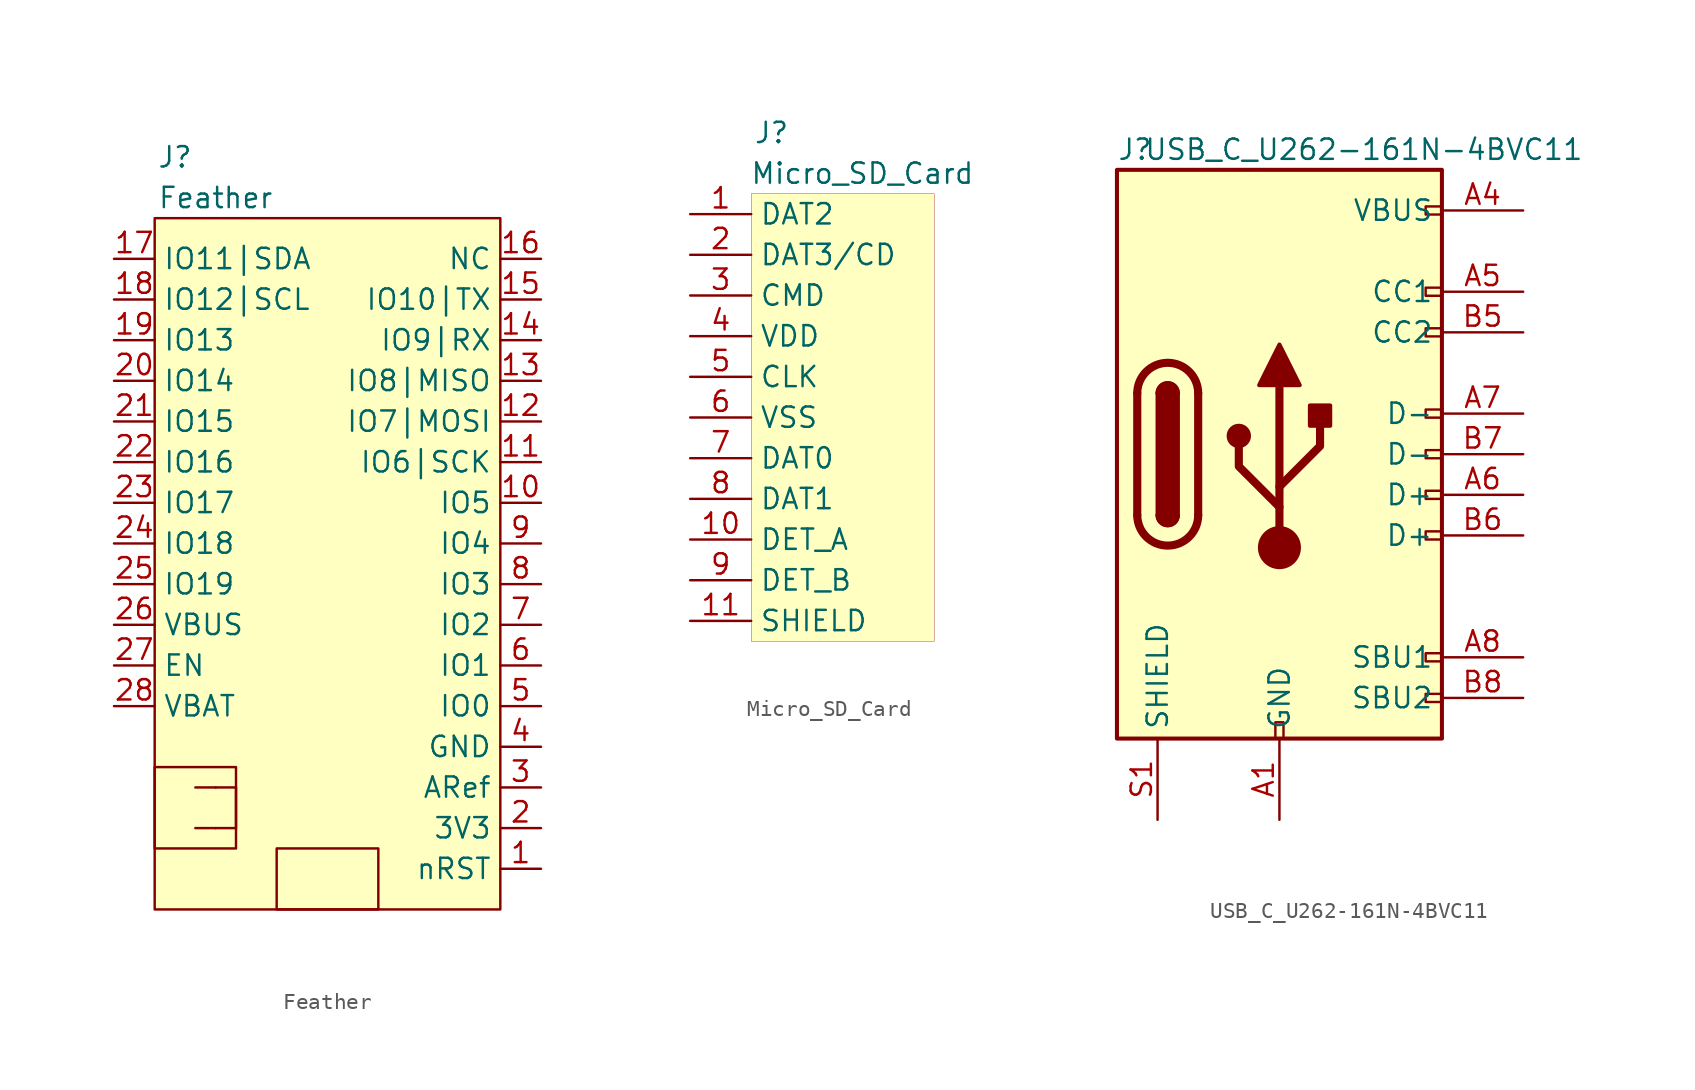
<source format=kicad_sym>
(kicad_symbol_lib
  (version 20200126)
  (host kicad_symbol_editor "5.99.0-unknown-3ddee6503~102~ubuntu20.04.1")
  (symbol "josh-connector:Feather"
    (property "Reference" "J"
      (at -8.89 24.13 0)
      (effects (font (size 1.27 1.27))))
    (property "Value" "Feather"
      (at -6.35 21.59 0)
      (effects (font (size 1.27 1.27))))
    (symbol "Feather_0_1"
      (rectangle (start -10.16 -13.97) (end -5.08 -19.05) (stroke (width 0)) (fill (type none)))
      (rectangle (start -10.16 20.32) (end 11.43 -22.86) (stroke (width 0)) (fill (type background)))
      (rectangle (start -2.54 -19.05) (end 3.81 -22.86) (stroke (width 0)) (fill (type none)))
      (polyline (pts (xy -7.62 -17.78) (xy -6.35 -17.78)) (stroke (width 0)) (fill (type none)))
      (polyline (pts (xy -7.62 -15.24) (xy -6.35 -15.24)) (stroke (width 0)) (fill (type none)))
      (polyline (pts (xy -6.35 -15.24) (xy -5.08 -15.24) (xy -5.08 -17.78) (xy -6.35 -17.78)) (stroke (width 0)) (fill (type none))))
    (symbol "Feather_1_1"
      (pin bidirectional line (at 13.97 -20.32 180) (length 2.54) (name "nRST" (effects (font (size 1.27 1.27)))) (number "1" (effects (font (size 1.27 1.27)))))
      (pin bidirectional line (at 13.97 2.54 180) (length 2.54) (name "IO5" (effects (font (size 1.27 1.27)))) (number "10" (effects (font (size 1.27 1.27)))))
      (pin bidirectional line (at 13.97 5.08 180) (length 2.54) (name "IO6|SCK" (effects (font (size 1.27 1.27)))) (number "11" (effects (font (size 1.27 1.27)))))
      (pin bidirectional line (at 13.97 7.62 180) (length 2.54) (name "IO7|MOSI" (effects (font (size 1.27 1.27)))) (number "12" (effects (font (size 1.27 1.27)))))
      (pin bidirectional line (at 13.97 10.16 180) (length 2.54) (name "IO8|MISO" (effects (font (size 1.27 1.27)))) (number "13" (effects (font (size 1.27 1.27)))))
      (pin bidirectional line (at 13.97 12.7 180) (length 2.54) (name "IO9|RX" (effects (font (size 1.27 1.27)))) (number "14" (effects (font (size 1.27 1.27)))))
      (pin bidirectional line (at 13.97 15.24 180) (length 2.54) (name "IO10|TX" (effects (font (size 1.27 1.27)))) (number "15" (effects (font (size 1.27 1.27)))))
      (pin power_out line (at 13.97 17.78 180) (length 2.54) (name "NC" (effects (font (size 1.27 1.27)))) (number "16" (effects (font (size 1.27 1.27)))))
      (pin bidirectional line (at -12.7 17.78 0) (length 2.54) (name "IO11|SDA" (effects (font (size 1.27 1.27)))) (number "17" (effects (font (size 1.27 1.27)))))
      (pin bidirectional line (at -12.7 15.24 0) (length 2.54) (name "IO12|SCL" (effects (font (size 1.27 1.27)))) (number "18" (effects (font (size 1.27 1.27)))))
      (pin bidirectional line (at -12.7 12.7 0) (length 2.54) (name "IO13" (effects (font (size 1.27 1.27)))) (number "19" (effects (font (size 1.27 1.27)))))
      (pin power_out line (at 13.97 -17.78 180) (length 2.54) (name "3V3" (effects (font (size 1.27 1.27)))) (number "2" (effects (font (size 1.27 1.27)))))
      (pin bidirectional line (at -12.7 10.16 0) (length 2.54) (name "IO14" (effects (font (size 1.27 1.27)))) (number "20" (effects (font (size 1.27 1.27)))))
      (pin bidirectional line (at -12.7 7.62 0) (length 2.54) (name "IO15" (effects (font (size 1.27 1.27)))) (number "21" (effects (font (size 1.27 1.27)))))
      (pin bidirectional line (at -12.7 5.08 0) (length 2.54) (name "IO16" (effects (font (size 1.27 1.27)))) (number "22" (effects (font (size 1.27 1.27)))))
      (pin bidirectional line (at -12.7 2.54 0) (length 2.54) (name "IO17" (effects (font (size 1.27 1.27)))) (number "23" (effects (font (size 1.27 1.27)))))
      (pin bidirectional line (at -12.7 0 0) (length 2.54) (name "IO18" (effects (font (size 1.27 1.27)))) (number "24" (effects (font (size 1.27 1.27)))))
      (pin bidirectional line (at -12.7 -2.54 0) (length 2.54) (name "IO19" (effects (font (size 1.27 1.27)))) (number "25" (effects (font (size 1.27 1.27)))))
      (pin power_out line (at -12.7 -5.08 0) (length 2.54) (name "VBUS" (effects (font (size 1.27 1.27)))) (number "26" (effects (font (size 1.27 1.27)))))
      (pin bidirectional line (at -12.7 -7.62 0) (length 2.54) (name "EN" (effects (font (size 1.27 1.27)))) (number "27" (effects (font (size 1.27 1.27)))))
      (pin power_in line (at -12.7 -10.16 0) (length 2.54) (name "VBAT" (effects (font (size 1.27 1.27)))) (number "28" (effects (font (size 1.27 1.27)))))
      (pin bidirectional line (at 13.97 -15.24 180) (length 2.54) (name "ARef" (effects (font (size 1.27 1.27)))) (number "3" (effects (font (size 1.27 1.27)))))
      (pin power_in line (at 13.97 -12.7 180) (length 2.54) (name "GND" (effects (font (size 1.27 1.27)))) (number "4" (effects (font (size 1.27 1.27)))))
      (pin bidirectional line (at 13.97 -10.16 180) (length 2.54) (name "IO0" (effects (font (size 1.27 1.27)))) (number "5" (effects (font (size 1.27 1.27)))))
      (pin bidirectional line (at 13.97 -7.62 180) (length 2.54) (name "IO1" (effects (font (size 1.27 1.27)))) (number "6" (effects (font (size 1.27 1.27)))))
      (pin bidirectional line (at 13.97 -5.08 180) (length 2.54) (name "IO2" (effects (font (size 1.27 1.27)))) (number "7" (effects (font (size 1.27 1.27)))))
      (pin bidirectional line (at 13.97 -2.54 180) (length 2.54) (name "IO3" (effects (font (size 1.27 1.27)))) (number "8" (effects (font (size 1.27 1.27)))))
      (pin bidirectional line (at 13.97 0 180) (length 2.54) (name "IO4" (effects (font (size 1.27 1.27)))) (number "9" (effects (font (size 1.27 1.27)))))))
  (symbol "josh-connector:Micro_SD_Card"
    (property "Reference" "J"
      (at -3.81 16.51 0)
      (effects (font (size 1.27 1.27))))
    (property "Value" "Micro_SD_Card"
      (at 8.89 13.97 0)
      (effects (font (size 1.27 1.27)) (justify right)))
    (symbol "Micro_SD_Card_0_1"
      (rectangle (start -5.08 12.7) (end 6.35 -15.24) (stroke (width 0.001)) (fill (type background))))
    (symbol "Micro_SD_Card_1_1"
      (pin bidirectional line (at -8.89 11.43 0) (length 3.81) (name "DAT2" (effects (font (size 1.27 1.27)))) (number "1" (effects (font (size 1.27 1.27)))))
      (pin passive line (at -8.89 -8.89 0) (length 3.81) (name "DET_A" (effects (font (size 1.27 1.27)))) (number "10" (effects (font (size 1.27 1.27)))))
      (pin passive line (at -8.89 -13.97 0) (length 3.81) (name "SHIELD" (effects (font (size 1.27 1.27)))) (number "11" (effects (font (size 1.27 1.27)))))
      (pin bidirectional line (at -8.89 8.89 0) (length 3.81) (name "DAT3/CD" (effects (font (size 1.27 1.27)))) (number "2" (effects (font (size 1.27 1.27)))))
      (pin input line (at -8.89 6.35 0) (length 3.81) (name "CMD" (effects (font (size 1.27 1.27)))) (number "3" (effects (font (size 1.27 1.27)))))
      (pin power_in line (at -8.89 3.81 0) (length 3.81) (name "VDD" (effects (font (size 1.27 1.27)))) (number "4" (effects (font (size 1.27 1.27)))))
      (pin input line (at -8.89 1.27 0) (length 3.81) (name "CLK" (effects (font (size 1.27 1.27)))) (number "5" (effects (font (size 1.27 1.27)))))
      (pin power_in line (at -8.89 -1.27 0) (length 3.81) (name "VSS" (effects (font (size 1.27 1.27)))) (number "6" (effects (font (size 1.27 1.27)))))
      (pin bidirectional line (at -8.89 -3.81 0) (length 3.81) (name "DAT0" (effects (font (size 1.27 1.27)))) (number "7" (effects (font (size 1.27 1.27)))))
      (pin bidirectional line (at -8.89 -6.35 0) (length 3.81) (name "DAT1" (effects (font (size 1.27 1.27)))) (number "8" (effects (font (size 1.27 1.27)))))
      (pin passive line (at -8.89 -11.43 0) (length 3.81) (name "DET_B" (effects (font (size 1.27 1.27)))) (number "9" (effects (font (size 1.27 1.27)))))))
  (symbol "josh-connector:USB_C_U262-161N-4BVC11"
    (property "Reference" "J"
      (at -10.16 19.05 0)
      (effects (font (size 1.27 1.27)) (justify left)))
    (property "Value" "USB_C_U262-161N-4BVC11"
      (at 19.05 19.05 0)
      (effects (font (size 1.27 1.27)) (justify right)))
    (symbol "USB_C_U262-161N-4BVC11_0_1"
      (arc (start -8.89 -3.81) (end -5.08 -3.81) (radius (at -6.985 -3.81) (length 1.905) (angles -179.9 -0.1)) (stroke (width 0.508)) (fill (type none)))
      (arc (start -7.62 -3.81) (end -6.35 -3.81) (radius (at -6.985 -3.81) (length 0.635) (angles -179.9 -0.1)) (stroke (width 0.254)) (fill (type none)))
      (arc (start -7.62 -3.81) (end -6.35 -3.81) (radius (at -6.985 -3.81) (length 0.635) (angles -179.9 -0.1)) (stroke (width 0.254)) (fill (type outline)))
      (arc (start -6.35 3.81) (end -7.62 3.81) (radius (at -6.985 3.81) (length 0.635) (angles 0.1 179.9)) (stroke (width 0.254)) (fill (type outline)))
      (arc (start -6.35 3.81) (end -7.62 3.81) (radius (at -6.985 3.81) (length 0.635) (angles 0.1 179.9)) (stroke (width 0.254)) (fill (type none)))
      (arc (start -5.08 3.81) (end -8.89 3.81) (radius (at -6.985 3.81) (length 1.905) (angles 0.1 179.9)) (stroke (width 0.508)) (fill (type none)))
      (circle (center -2.54 1.143) (radius 0.635) (stroke (width 0.254)) (fill (type outline)))
      (circle (center 0 -5.842) (radius 1.27) (stroke (width 0)) (fill (type outline)))
      (rectangle (start -10.16 17.78) (end 10.16 -17.78) (stroke (width 0.254)) (fill (type background)))
      (rectangle (start -7.62 -3.81) (end -6.35 3.81) (stroke (width 0.254)) (fill (type outline)))
      (rectangle (start 1.905 1.778) (end 3.175 3.048) (stroke (width 0.254)) (fill (type outline)))
      (polyline (pts (xy -8.89 -3.81) (xy -8.89 3.81)) (stroke (width 0.508)) (fill (type none)))
      (polyline (pts (xy -5.08 3.81) (xy -5.08 -3.81)) (stroke (width 0.508)) (fill (type none)))
      (polyline (pts (xy 0 -5.842) (xy 0 4.318)) (stroke (width 0.508)) (fill (type none)))
      (polyline (pts (xy 0 -3.302) (xy -2.54 -0.762) (xy -2.54 0.508)) (stroke (width 0.508)) (fill (type none)))
      (polyline (pts (xy 0 -2.032) (xy 2.54 0.508) (xy 2.54 1.778)) (stroke (width 0.508)) (fill (type none)))
      (polyline (pts (xy -1.27 4.318) (xy 0 6.858) (xy 1.27 4.318) (xy -1.27 4.318)) (stroke (width 0.254)) (fill (type outline))))
    (symbol "USB_C_U262-161N-4BVC11_0_0"
      (rectangle (start -0.254 -17.78) (end 0.254 -16.764) (stroke (width 0)) (fill (type none)))
      (rectangle (start 10.16 -14.986) (end 9.144 -15.494) (stroke (width 0)) (fill (type none)))
      (rectangle (start 10.16 -12.446) (end 9.144 -12.954) (stroke (width 0)) (fill (type none)))
      (rectangle (start 10.16 -4.826) (end 9.144 -5.334) (stroke (width 0)) (fill (type none)))
      (rectangle (start 10.16 -2.286) (end 9.144 -2.794) (stroke (width 0)) (fill (type none)))
      (rectangle (start 10.16 0.254) (end 9.144 -0.254) (stroke (width 0)) (fill (type none)))
      (rectangle (start 10.16 2.794) (end 9.144 2.286) (stroke (width 0)) (fill (type none)))
      (rectangle (start 10.16 7.874) (end 9.144 7.366) (stroke (width 0)) (fill (type none)))
      (rectangle (start 10.16 10.414) (end 9.144 9.906) (stroke (width 0)) (fill (type none)))
      (rectangle (start 10.16 15.494) (end 9.144 14.986) (stroke (width 0)) (fill (type none))))
    (symbol "USB_C_U262-161N-4BVC11_1_1"
      (pin power_in line (at 0 -22.86 90) (length 5.08) (name "GND" (effects (font (size 1.27 1.27)))) (number "A1" (effects (font (size 1.27 1.27)))))
      (pin passive line (at 0 -22.86 90) (length 5.08) hide (name "GND" (effects (font (size 1.27 1.27)))) (number "A12" (effects (font (size 1.27 1.27)))))
      (pin power_in line (at 15.24 15.24 180) (length 5.08) (name "VBUS" (effects (font (size 1.27 1.27)))) (number "A4" (effects (font (size 1.27 1.27)))))
      (pin bidirectional line (at 15.24 10.16 180) (length 5.08) (name "CC1" (effects (font (size 1.27 1.27)))) (number "A5" (effects (font (size 1.27 1.27)))))
      (pin bidirectional line (at 15.24 -2.54 180) (length 5.08) (name "D+" (effects (font (size 1.27 1.27)))) (number "A6" (effects (font (size 1.27 1.27)))))
      (pin bidirectional line (at 15.24 2.54 180) (length 5.08) (name "D-" (effects (font (size 1.27 1.27)))) (number "A7" (effects (font (size 1.27 1.27)))))
      (pin bidirectional line (at 15.24 -12.7 180) (length 5.08) (name "SBU1" (effects (font (size 1.27 1.27)))) (number "A8" (effects (font (size 1.27 1.27)))))
      (pin passive line (at 15.24 15.24 180) (length 5.08) hide (name "VBUS" (effects (font (size 1.27 1.27)))) (number "A9" (effects (font (size 1.27 1.27)))))
      (pin passive line (at 0 -22.86 90) (length 5.08) hide (name "GND" (effects (font (size 1.27 1.27)))) (number "B1" (effects (font (size 1.27 1.27)))))
      (pin passive line (at 0 -22.86 90) (length 5.08) hide (name "GND" (effects (font (size 1.27 1.27)))) (number "B12" (effects (font (size 1.27 1.27)))))
      (pin passive line (at 15.24 15.24 180) (length 5.08) hide (name "VBUS" (effects (font (size 1.27 1.27)))) (number "B4" (effects (font (size 1.27 1.27)))))
      (pin bidirectional line (at 15.24 7.62 180) (length 5.08) (name "CC2" (effects (font (size 1.27 1.27)))) (number "B5" (effects (font (size 1.27 1.27)))))
      (pin bidirectional line (at 15.24 -5.08 180) (length 5.08) (name "D+" (effects (font (size 1.27 1.27)))) (number "B6" (effects (font (size 1.27 1.27)))))
      (pin bidirectional line (at 15.24 0 180) (length 5.08) (name "D-" (effects (font (size 1.27 1.27)))) (number "B7" (effects (font (size 1.27 1.27)))))
      (pin bidirectional line (at 15.24 -15.24 180) (length 5.08) (name "SBU2" (effects (font (size 1.27 1.27)))) (number "B8" (effects (font (size 1.27 1.27)))))
      (pin passive line (at 15.24 15.24 180) (length 5.08) hide (name "VBUS" (effects (font (size 1.27 1.27)))) (number "B9" (effects (font (size 1.27 1.27)))))
      (pin passive line (at -7.62 -22.86 90) (length 5.08) (name "SHIELD" (effects (font (size 1.27 1.27)))) (number "S1" (effects (font (size 1.27 1.27))))))))
</source>
